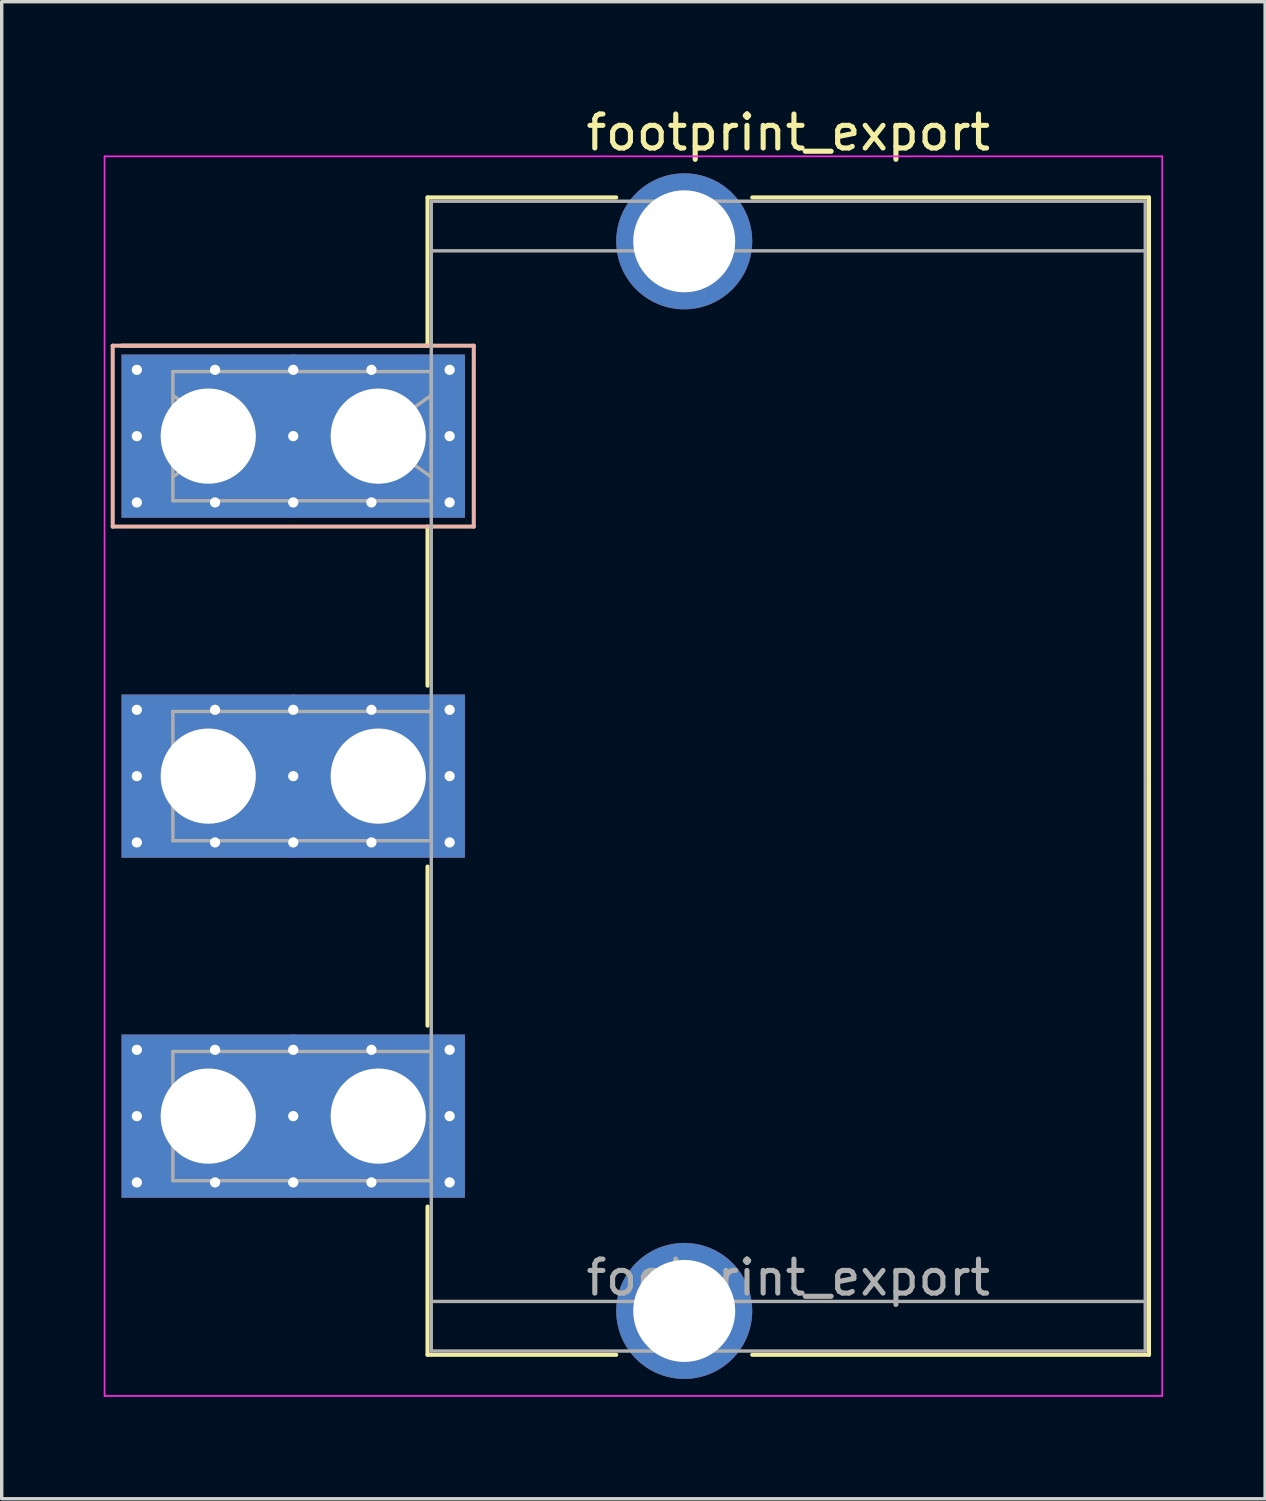
<source format=kicad_pcb>
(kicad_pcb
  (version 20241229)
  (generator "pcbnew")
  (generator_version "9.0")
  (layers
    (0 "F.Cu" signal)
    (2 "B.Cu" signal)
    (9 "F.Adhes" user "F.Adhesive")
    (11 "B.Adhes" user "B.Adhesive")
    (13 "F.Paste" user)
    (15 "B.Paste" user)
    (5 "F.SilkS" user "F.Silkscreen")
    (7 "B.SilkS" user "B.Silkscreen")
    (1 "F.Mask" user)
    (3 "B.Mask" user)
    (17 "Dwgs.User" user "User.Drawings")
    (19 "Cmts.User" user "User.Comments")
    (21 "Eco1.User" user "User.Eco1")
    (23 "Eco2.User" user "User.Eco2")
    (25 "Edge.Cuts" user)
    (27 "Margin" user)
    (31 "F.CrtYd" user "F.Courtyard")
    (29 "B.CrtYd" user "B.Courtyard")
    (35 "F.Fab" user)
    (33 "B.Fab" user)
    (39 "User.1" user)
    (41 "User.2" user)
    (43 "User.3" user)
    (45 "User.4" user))
  (footprint "footprint_export"
    (layer "F.Cu")
    (at 3.075 9.778)
    (property "Reference" "footprint_export" (at 17.06 -8.93 0) (layer "F.SilkS") (effects (font (size 1 1) (thickness 0.15))))
    (attr through_hole)
    (fp_line (start 6.45 -7.02) (end 12 -7.02) (stroke (width 0.12) (type solid)) (layer "F.SilkS"))
    (fp_line (start 6.45 -2.66) (end -2.55 -2.66) (stroke (width 0.12) (type solid)) (layer "F.SilkS"))
    (fp_line (start 6.45 -2.66) (end 6.45 -7.02) (stroke (width 0.12) (type solid)) (layer "F.SilkS"))
    (fp_line (start 6.45 2.66) (end 6.45 7.34) (stroke (width 0.12) (type solid)) (layer "F.SilkS"))
    (fp_line (start 6.45 12.66) (end 6.45 17.34) (stroke (width 0.12) (type solid)) (layer "F.SilkS"))
    (fp_line (start 6.45 22.66) (end 6.45 27.02) (stroke (width 0.12) (type solid)) (layer "F.SilkS"))
    (fp_line (start 6.45 27.02) (end 12 27.02) (stroke (width 0.12) (type solid)) (layer "F.SilkS"))
    (fp_line (start 16 -7.02) (end 27.67 -7.02) (stroke (width 0.12) (type solid)) (layer "F.SilkS"))
    (fp_line (start 16 27.02) (end 27.67 27.02) (stroke (width 0.12) (type solid)) (layer "F.SilkS"))
    (fp_line (start 27.67 -7.02) (end 27.67 10) (stroke (width 0.12) (type solid)) (layer "F.SilkS"))
    (fp_line (start 27.67 27.02) (end 27.67 10) (stroke (width 0.12) (type solid)) (layer "F.SilkS"))
    (fp_line (start -2.81 -2.66) (end -2.81 2.66) (stroke (width 0.12) (type solid)) (layer "B.SilkS"))
    (fp_line (start -2.81 2.66) (end 7.81 2.66) (stroke (width 0.12) (type solid)) (layer "B.SilkS"))
    (fp_line (start 7.81 -2.66) (end -2.81 -2.66) (stroke (width 0.12) (type solid)) (layer "B.SilkS"))
    (fp_line (start 7.81 2.66) (end 7.81 -2.66) (stroke (width 0.12) (type solid)) (layer "B.SilkS"))
    (fp_line (start -3.05 -8.23) (end -3.05 28.23) (stroke (width 0.05) (type solid)) (layer "F.CrtYd"))
    (fp_line (start -3.05 28.23) (end 28.06 28.23) (stroke (width 0.05) (type solid)) (layer "F.CrtYd"))
    (fp_line (start 28.06 -8.23) (end -3.05 -8.23) (stroke (width 0.05) (type solid)) (layer "F.CrtYd"))
    (fp_line (start 28.06 28.23) (end 28.06 -8.23) (stroke (width 0.05) (type solid)) (layer "F.CrtYd"))
    (fp_line (start -1.04 -1.9) (end 6.56 -1.9) (stroke (width 0.1) (type solid)) (layer "F.Fab"))
    (fp_line (start -1.04 -1.2) (end 0.657 0) (stroke (width 0.1) (type solid)) (layer "F.Fab"))
    (fp_line (start -1.04 1.9) (end -1.04 -1.9) (stroke (width 0.1) (type solid)) (layer "F.Fab"))
    (fp_line (start -1.04 8.1) (end 6.56 8.1) (stroke (width 0.1) (type solid)) (layer "F.Fab"))
    (fp_line (start -1.04 11.9) (end -1.04 8.1) (stroke (width 0.1) (type solid)) (layer "F.Fab"))
    (fp_line (start -1.04 18.1) (end 6.56 18.1) (stroke (width 0.1) (type solid)) (layer "F.Fab"))
    (fp_line (start -1.04 21.9) (end -1.04 18.1) (stroke (width 0.1) (type solid)) (layer "F.Fab"))
    (fp_line (start 0.657 0) (end -1.04 1.2) (stroke (width 0.1) (type solid)) (layer "F.Fab"))
    (fp_line (start 4.863 0) (end 6.56 1.2) (stroke (width 0.1) (type solid)) (layer "F.Fab"))
    (fp_line (start 6.56 -6.91) (end 6.56 26.91) (stroke (width 0.1) (type solid)) (layer "F.Fab"))
    (fp_line (start 6.56 -5.45) (end 27.56 -5.45) (stroke (width 0.1) (type solid)) (layer "F.Fab"))
    (fp_line (start 6.56 -1.9) (end 6.56 1.9) (stroke (width 0.1) (type solid)) (layer "F.Fab"))
    (fp_line (start 6.56 -1.2) (end 4.863 0) (stroke (width 0.1) (type solid)) (layer "F.Fab"))
    (fp_line (start 6.56 1.9) (end -1.04 1.9) (stroke (width 0.1) (type solid)) (layer "F.Fab"))
    (fp_line (start 6.56 8.1) (end 6.56 11.9) (stroke (width 0.1) (type solid)) (layer "F.Fab"))
    (fp_line (start 6.56 11.9) (end -1.04 11.9) (stroke (width 0.1) (type solid)) (layer "F.Fab"))
    (fp_line (start 6.56 18.1) (end 6.56 21.9) (stroke (width 0.1) (type solid)) (layer "F.Fab"))
    (fp_line (start 6.56 21.9) (end -1.04 21.9) (stroke (width 0.1) (type solid)) (layer "F.Fab"))
    (fp_line (start 6.56 25.45) (end 27.56 25.45) (stroke (width 0.1) (type solid)) (layer "F.Fab"))
    (fp_line (start 6.56 26.91) (end 27.56 26.91) (stroke (width 0.1) (type solid)) (layer "F.Fab"))
    (fp_line (start 27.56 -6.91) (end 6.56 -6.91) (stroke (width 0.1) (type solid)) (layer "F.Fab"))
    (fp_line (start 27.56 26.91) (end 27.56 -6.91) (stroke (width 0.1) (type solid)) (layer "F.Fab"))
    (fp_text user "${REFERENCE}" (at 17.06 24.75 0) (layer "F.Fab") (effects (font (size 1 1) (thickness 0.15))))
    (pad "" thru_hole circle (at 14 -5.73) (size 4 4) (drill 3) (layers "*.Cu" "*.Mask"))
    (pad "" thru_hole circle (at 14 25.73) (size 4 4) (drill 3) (layers "*.Cu" "*.Mask"))
    (pad "1" thru_hole roundrect (at -2.1 -1.95) (size 0.6 0.6) (drill 0.3) (layers "*.Cu" "*.Mask") (roundrect_rratio 0.25))
    (pad "1" thru_hole roundrect (at -2.1 0) (size 0.6 0.6) (drill 0.3) (layers "*.Cu" "*.Mask") (roundrect_rratio 0.25))
    (pad "1" thru_hole roundrect (at -2.1 1.95) (size 0.6 0.6) (drill 0.3) (layers "*.Cu" "*.Mask") (roundrect_rratio 0.25))
    (pad "1" thru_hole rect (at 0 0) (size 5.1 4.8) (drill 2.8) (layers "*.Cu" "*.Mask"))
    (pad "1" thru_hole roundrect (at 0.2 -1.95) (size 0.6 0.6) (drill 0.3) (layers "*.Cu" "*.Mask") (roundrect_rratio 0.25))
    (pad "1" thru_hole roundrect (at 0.2 1.95) (size 0.6 0.6) (drill 0.3) (layers "*.Cu" "*.Mask") (roundrect_rratio 0.25))
    (pad "1" thru_hole roundrect (at 2.5 -1.95) (size 0.6 0.6) (drill 0.3) (layers "*.Cu" "*.Mask") (roundrect_rratio 0.25))
    (pad "1" thru_hole roundrect (at 2.5 0) (size 0.6 0.6) (drill 0.3) (layers "*.Cu" "*.Mask") (roundrect_rratio 0.25))
    (pad "1" thru_hole roundrect (at 2.5 1.95) (size 0.6 0.6) (drill 0.3) (layers "*.Cu" "*.Mask") (roundrect_rratio 0.25))
    (pad "1" thru_hole roundrect (at 4.8 -1.95) (size 0.6 0.6) (drill 0.3) (layers "*.Cu" "*.Mask") (roundrect_rratio 0.25))
    (pad "1" thru_hole roundrect (at 4.8 1.95) (size 0.6 0.6) (drill 0.3) (layers "*.Cu" "*.Mask") (roundrect_rratio 0.25))
    (pad "1" thru_hole rect (at 5 0) (size 5.1 4.8) (drill 2.8) (layers "*.Cu" "*.Mask"))
    (pad "1" thru_hole roundrect (at 7.1 -1.95) (size 0.6 0.6) (drill 0.3) (layers "*.Cu" "*.Mask") (roundrect_rratio 0.25))
    (pad "1" thru_hole roundrect (at 7.1 0) (size 0.6 0.6) (drill 0.3) (layers "*.Cu" "*.Mask") (roundrect_rratio 0.25))
    (pad "1" thru_hole roundrect (at 7.1 1.95) (size 0.6 0.6) (drill 0.3) (layers "*.Cu" "*.Mask") (roundrect_rratio 0.25))
    (pad "2" thru_hole circle (at -2.1 8.05) (size 0.6 0.6) (drill 0.3) (layers "*.Cu" "*.Mask"))
    (pad "2" thru_hole circle (at -2.1 10) (size 0.6 0.6) (drill 0.3) (layers "*.Cu" "*.Mask"))
    (pad "2" thru_hole circle (at -2.1 11.95) (size 0.6 0.6) (drill 0.3) (layers "*.Cu" "*.Mask"))
    (pad "2" thru_hole rect (at 0 10) (size 5.1 4.8) (drill 2.8) (layers "*.Cu" "*.Mask"))
    (pad "2" thru_hole circle (at 0.2 8.05) (size 0.6 0.6) (drill 0.3) (layers "*.Cu" "*.Mask"))
    (pad "2" thru_hole circle (at 0.2 11.95) (size 0.6 0.6) (drill 0.3) (layers "*.Cu" "*.Mask"))
    (pad "2" thru_hole circle (at 2.5 8.05) (size 0.6 0.6) (drill 0.3) (layers "*.Cu" "*.Mask"))
    (pad "2" thru_hole circle (at 2.5 10) (size 0.6 0.6) (drill 0.3) (layers "*.Cu" "*.Mask"))
    (pad "2" thru_hole circle (at 2.5 11.95) (size 0.6 0.6) (drill 0.3) (layers "*.Cu" "*.Mask"))
    (pad "2" thru_hole circle (at 4.8 8.05) (size 0.6 0.6) (drill 0.3) (layers "*.Cu" "*.Mask"))
    (pad "2" thru_hole circle (at 4.8 11.95) (size 0.6 0.6) (drill 0.3) (layers "*.Cu" "*.Mask"))
    (pad "2" thru_hole rect (at 5 10) (size 5.1 4.8) (drill 2.8) (layers "*.Cu" "*.Mask"))
    (pad "2" thru_hole circle (at 7.1 8.05) (size 0.6 0.6) (drill 0.3) (layers "*.Cu" "*.Mask"))
    (pad "2" thru_hole circle (at 7.1 10) (size 0.6 0.6) (drill 0.3) (layers "*.Cu" "*.Mask"))
    (pad "2" thru_hole circle (at 7.1 11.95) (size 0.6 0.6) (drill 0.3) (layers "*.Cu" "*.Mask"))
    (pad "3" thru_hole circle (at -2.1 18.05) (size 0.6 0.6) (drill 0.3) (layers "*.Cu" "*.Mask"))
    (pad "3" thru_hole circle (at -2.1 20) (size 0.6 0.6) (drill 0.3) (layers "*.Cu" "*.Mask"))
    (pad "3" thru_hole circle (at -2.1 21.95) (size 0.6 0.6) (drill 0.3) (layers "*.Cu" "*.Mask"))
    (pad "3" thru_hole rect (at 0 20) (size 5.1 4.8) (drill 2.8) (layers "*.Cu" "*.Mask"))
    (pad "3" thru_hole circle (at 0.2 18.05) (size 0.6 0.6) (drill 0.3) (layers "*.Cu" "*.Mask"))
    (pad "3" thru_hole circle (at 0.2 21.95) (size 0.6 0.6) (drill 0.3) (layers "*.Cu" "*.Mask"))
    (pad "3" thru_hole circle (at 2.5 18.05) (size 0.6 0.6) (drill 0.3) (layers "*.Cu" "*.Mask"))
    (pad "3" thru_hole circle (at 2.5 20) (size 0.6 0.6) (drill 0.3) (layers "*.Cu" "*.Mask"))
    (pad "3" thru_hole circle (at 2.5 21.95) (size 0.6 0.6) (drill 0.3) (layers "*.Cu" "*.Mask"))
    (pad "3" thru_hole circle (at 4.8 18.05) (size 0.6 0.6) (drill 0.3) (layers "*.Cu" "*.Mask"))
    (pad "3" thru_hole circle (at 4.8 21.95) (size 0.6 0.6) (drill 0.3) (layers "*.Cu" "*.Mask"))
    (pad "3" thru_hole rect (at 5 20) (size 5.1 4.8) (drill 2.8) (layers "*.Cu" "*.Mask"))
    (pad "3" thru_hole circle (at 7.1 18.05) (size 0.6 0.6) (drill 0.3) (layers "*.Cu" "*.Mask"))
    (pad "3" thru_hole circle (at 7.1 20) (size 0.6 0.6) (drill 0.3) (layers "*.Cu" "*.Mask"))
    (pad "3" thru_hole circle (at 7.1 21.95) (size 0.6 0.6) (drill 0.3) (layers "*.Cu" "*.Mask")))
  (gr_rect
    (start -3 -3)
    (end 34.16 41.033)
    (stroke (width 0.1) (type default))
    (fill no)
    (layer "Edge.Cuts")))
</source>
